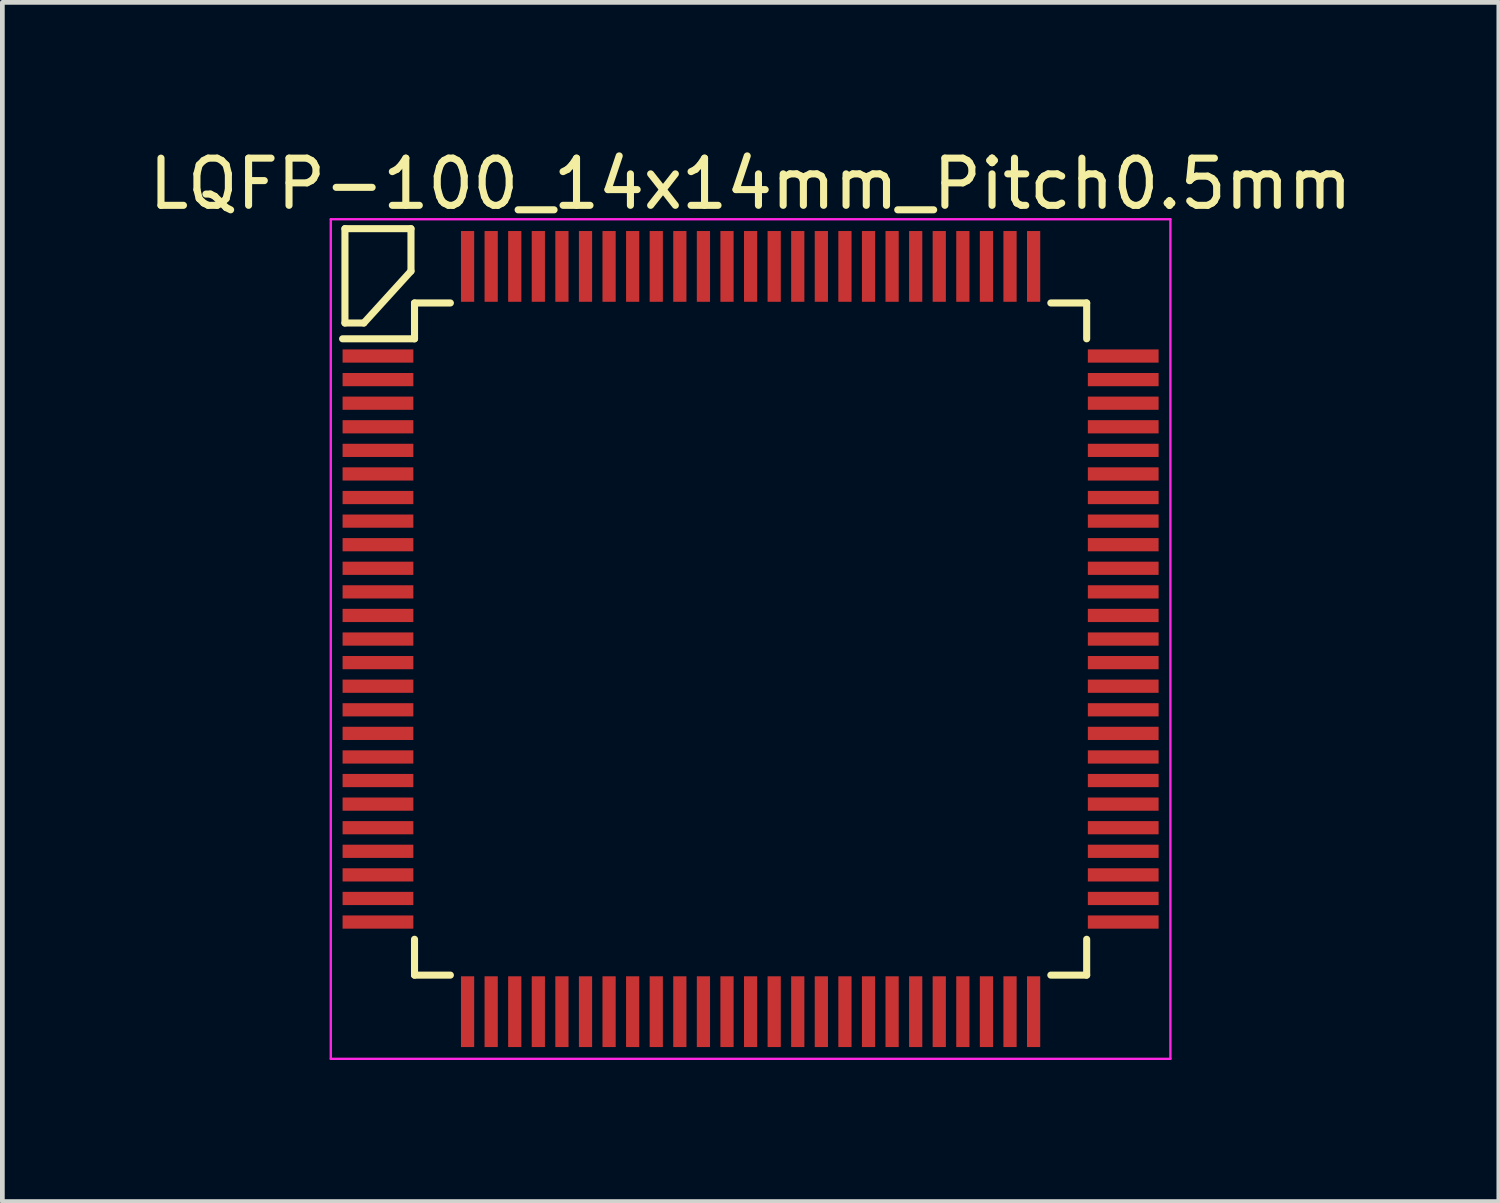
<source format=kicad_pcb>
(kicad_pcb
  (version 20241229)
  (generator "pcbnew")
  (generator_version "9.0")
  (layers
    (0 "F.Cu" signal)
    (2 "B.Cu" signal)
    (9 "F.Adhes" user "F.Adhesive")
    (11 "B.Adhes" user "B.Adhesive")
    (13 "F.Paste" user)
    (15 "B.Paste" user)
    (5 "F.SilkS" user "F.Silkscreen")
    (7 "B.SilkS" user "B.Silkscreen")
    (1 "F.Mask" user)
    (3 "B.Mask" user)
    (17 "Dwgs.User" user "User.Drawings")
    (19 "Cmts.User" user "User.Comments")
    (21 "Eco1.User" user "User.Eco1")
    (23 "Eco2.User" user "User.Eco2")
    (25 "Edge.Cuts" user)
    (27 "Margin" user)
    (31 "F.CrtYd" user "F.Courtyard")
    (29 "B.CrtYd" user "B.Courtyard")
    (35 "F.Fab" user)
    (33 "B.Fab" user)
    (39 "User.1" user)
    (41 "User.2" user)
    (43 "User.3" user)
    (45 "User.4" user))
  (footprint "LQFP-100_14x14mm_Pitch0.5mm"
    (layer "F.Cu")
    (at 12.863 10.498)
    (property "Reference" "LQFP-100_14x14mm_Pitch0.5mm" (at 0 -9.65 0) (layer "F.SilkS") (effects (font (size 1 1) (thickness 0.15))))
    (attr smd)
    (fp_line (start -8.6 -6.7) (end -8.6 -8.7) (stroke (width 0.15) (type solid)) (layer "F.SilkS"))
    (fp_line (start -8.2 -6.7) (end -8.6 -6.7) (stroke (width 0.15) (type solid)) (layer "F.SilkS"))
    (fp_line (start -7.2 -8.7) (end -8.6 -8.7) (stroke (width 0.15) (type solid)) (layer "F.SilkS"))
    (fp_line (start -7.2 -7.8) (end -8.2 -6.7) (stroke (width 0.15) (type solid)) (layer "F.SilkS"))
    (fp_line (start -7.2 -7.8) (end -7.2 -8.7) (stroke (width 0.15) (type solid)) (layer "F.SilkS"))
    (fp_line (start -7.125 -7.125) (end -7.125 -6.365) (stroke (width 0.15) (type solid)) (layer "F.SilkS"))
    (fp_line (start -7.125 -7.125) (end -6.365 -7.125) (stroke (width 0.15) (type solid)) (layer "F.SilkS"))
    (fp_line (start -7.125 -6.365) (end -8.65 -6.365) (stroke (width 0.15) (type solid)) (layer "F.SilkS"))
    (fp_line (start -7.125 7.125) (end -7.125 6.365) (stroke (width 0.15) (type solid)) (layer "F.SilkS"))
    (fp_line (start -7.125 7.125) (end -6.365 7.125) (stroke (width 0.15) (type solid)) (layer "F.SilkS"))
    (fp_line (start 7.125 -7.125) (end 6.365 -7.125) (stroke (width 0.15) (type solid)) (layer "F.SilkS"))
    (fp_line (start 7.125 -7.125) (end 7.125 -6.365) (stroke (width 0.15) (type solid)) (layer "F.SilkS"))
    (fp_line (start 7.125 7.125) (end 6.365 7.125) (stroke (width 0.15) (type solid)) (layer "F.SilkS"))
    (fp_line (start 7.125 7.125) (end 7.125 6.365) (stroke (width 0.15) (type solid)) (layer "F.SilkS"))
    (fp_line (start -8.9 -8.9) (end -8.9 8.9) (stroke (width 0.05) (type solid)) (layer "F.CrtYd"))
    (fp_line (start -8.9 -8.9) (end 8.9 -8.9) (stroke (width 0.05) (type solid)) (layer "F.CrtYd"))
    (fp_line (start -8.9 8.9) (end 8.9 8.9) (stroke (width 0.05) (type solid)) (layer "F.CrtYd"))
    (fp_line (start 8.9 -8.9) (end 8.9 8.9) (stroke (width 0.05) (type solid)) (layer "F.CrtYd"))
    (pad "1" smd rect (at -7.9 -6) (size 1.5 0.28) (layers "F.Cu" "F.Mask" "F.Paste"))
    (pad "2" smd rect (at -7.9 -5.5) (size 1.5 0.28) (layers "F.Cu" "F.Mask" "F.Paste"))
    (pad "3" smd rect (at -7.9 -5) (size 1.5 0.28) (layers "F.Cu" "F.Mask" "F.Paste"))
    (pad "4" smd rect (at -7.9 -4.5) (size 1.5 0.28) (layers "F.Cu" "F.Mask" "F.Paste"))
    (pad "5" smd rect (at -7.9 -4) (size 1.5 0.28) (layers "F.Cu" "F.Mask" "F.Paste"))
    (pad "6" smd rect (at -7.9 -3.5) (size 1.5 0.28) (layers "F.Cu" "F.Mask" "F.Paste"))
    (pad "7" smd rect (at -7.9 -3) (size 1.5 0.28) (layers "F.Cu" "F.Mask" "F.Paste"))
    (pad "8" smd rect (at -7.9 -2.5) (size 1.5 0.28) (layers "F.Cu" "F.Mask" "F.Paste"))
    (pad "9" smd rect (at -7.9 -2) (size 1.5 0.28) (layers "F.Cu" "F.Mask" "F.Paste"))
    (pad "10" smd rect (at -7.9 -1.5) (size 1.5 0.28) (layers "F.Cu" "F.Mask" "F.Paste"))
    (pad "11" smd rect (at -7.9 -1) (size 1.5 0.28) (layers "F.Cu" "F.Mask" "F.Paste"))
    (pad "12" smd rect (at -7.9 -0.5) (size 1.5 0.28) (layers "F.Cu" "F.Mask" "F.Paste"))
    (pad "13" smd rect (at -7.9 0) (size 1.5 0.28) (layers "F.Cu" "F.Mask" "F.Paste"))
    (pad "14" smd rect (at -7.9 0.5) (size 1.5 0.28) (layers "F.Cu" "F.Mask" "F.Paste"))
    (pad "15" smd rect (at -7.9 1) (size 1.5 0.28) (layers "F.Cu" "F.Mask" "F.Paste"))
    (pad "16" smd rect (at -7.9 1.5) (size 1.5 0.28) (layers "F.Cu" "F.Mask" "F.Paste"))
    (pad "17" smd rect (at -7.9 2) (size 1.5 0.28) (layers "F.Cu" "F.Mask" "F.Paste"))
    (pad "18" smd rect (at -7.9 2.5) (size 1.5 0.28) (layers "F.Cu" "F.Mask" "F.Paste"))
    (pad "19" smd rect (at -7.9 3) (size 1.5 0.28) (layers "F.Cu" "F.Mask" "F.Paste"))
    (pad "20" smd rect (at -7.9 3.5) (size 1.5 0.28) (layers "F.Cu" "F.Mask" "F.Paste"))
    (pad "21" smd rect (at -7.9 4) (size 1.5 0.28) (layers "F.Cu" "F.Mask" "F.Paste"))
    (pad "22" smd rect (at -7.9 4.5) (size 1.5 0.28) (layers "F.Cu" "F.Mask" "F.Paste"))
    (pad "23" smd rect (at -7.9 5) (size 1.5 0.28) (layers "F.Cu" "F.Mask" "F.Paste"))
    (pad "24" smd rect (at -7.9 5.5) (size 1.5 0.28) (layers "F.Cu" "F.Mask" "F.Paste"))
    (pad "25" smd rect (at -7.9 6) (size 1.5 0.28) (layers "F.Cu" "F.Mask" "F.Paste"))
    (pad "26" smd rect (at -6 7.9 90) (size 1.5 0.28) (layers "F.Cu" "F.Mask" "F.Paste"))
    (pad "27" smd rect (at -5.5 7.9 90) (size 1.5 0.28) (layers "F.Cu" "F.Mask" "F.Paste"))
    (pad "28" smd rect (at -5 7.9 90) (size 1.5 0.28) (layers "F.Cu" "F.Mask" "F.Paste"))
    (pad "29" smd rect (at -4.5 7.9 90) (size 1.5 0.28) (layers "F.Cu" "F.Mask" "F.Paste"))
    (pad "30" smd rect (at -4 7.9 90) (size 1.5 0.28) (layers "F.Cu" "F.Mask" "F.Paste"))
    (pad "31" smd rect (at -3.5 7.9 90) (size 1.5 0.28) (layers "F.Cu" "F.Mask" "F.Paste"))
    (pad "32" smd rect (at -3 7.9 90) (size 1.5 0.28) (layers "F.Cu" "F.Mask" "F.Paste"))
    (pad "33" smd rect (at -2.5 7.9 90) (size 1.5 0.28) (layers "F.Cu" "F.Mask" "F.Paste"))
    (pad "34" smd rect (at -2 7.9 90) (size 1.5 0.28) (layers "F.Cu" "F.Mask" "F.Paste"))
    (pad "35" smd rect (at -1.5 7.9 90) (size 1.5 0.28) (layers "F.Cu" "F.Mask" "F.Paste"))
    (pad "36" smd rect (at -1 7.9 90) (size 1.5 0.28) (layers "F.Cu" "F.Mask" "F.Paste"))
    (pad "37" smd rect (at -0.5 7.9 90) (size 1.5 0.28) (layers "F.Cu" "F.Mask" "F.Paste"))
    (pad "38" smd rect (at 0 7.9 90) (size 1.5 0.28) (layers "F.Cu" "F.Mask" "F.Paste"))
    (pad "39" smd rect (at 0.5 7.9 90) (size 1.5 0.28) (layers "F.Cu" "F.Mask" "F.Paste"))
    (pad "40" smd rect (at 1 7.9 90) (size 1.5 0.28) (layers "F.Cu" "F.Mask" "F.Paste"))
    (pad "41" smd rect (at 1.5 7.9 90) (size 1.5 0.28) (layers "F.Cu" "F.Mask" "F.Paste"))
    (pad "42" smd rect (at 2 7.9 90) (size 1.5 0.28) (layers "F.Cu" "F.Mask" "F.Paste"))
    (pad "43" smd rect (at 2.5 7.9 90) (size 1.5 0.28) (layers "F.Cu" "F.Mask" "F.Paste"))
    (pad "44" smd rect (at 3 7.9 90) (size 1.5 0.28) (layers "F.Cu" "F.Mask" "F.Paste"))
    (pad "45" smd rect (at 3.5 7.9 90) (size 1.5 0.28) (layers "F.Cu" "F.Mask" "F.Paste"))
    (pad "46" smd rect (at 4 7.9 90) (size 1.5 0.28) (layers "F.Cu" "F.Mask" "F.Paste"))
    (pad "47" smd rect (at 4.5 7.9 90) (size 1.5 0.28) (layers "F.Cu" "F.Mask" "F.Paste"))
    (pad "48" smd rect (at 5 7.9 90) (size 1.5 0.28) (layers "F.Cu" "F.Mask" "F.Paste"))
    (pad "49" smd rect (at 5.5 7.9 90) (size 1.5 0.28) (layers "F.Cu" "F.Mask" "F.Paste"))
    (pad "50" smd rect (at 6 7.9 90) (size 1.5 0.28) (layers "F.Cu" "F.Mask" "F.Paste"))
    (pad "51" smd rect (at 7.9 6) (size 1.5 0.28) (layers "F.Cu" "F.Mask" "F.Paste"))
    (pad "52" smd rect (at 7.9 5.5) (size 1.5 0.28) (layers "F.Cu" "F.Mask" "F.Paste"))
    (pad "53" smd rect (at 7.9 5) (size 1.5 0.28) (layers "F.Cu" "F.Mask" "F.Paste"))
    (pad "54" smd rect (at 7.9 4.5) (size 1.5 0.28) (layers "F.Cu" "F.Mask" "F.Paste"))
    (pad "55" smd rect (at 7.9 4) (size 1.5 0.28) (layers "F.Cu" "F.Mask" "F.Paste"))
    (pad "56" smd rect (at 7.9 3.5) (size 1.5 0.28) (layers "F.Cu" "F.Mask" "F.Paste"))
    (pad "57" smd rect (at 7.9 3) (size 1.5 0.28) (layers "F.Cu" "F.Mask" "F.Paste"))
    (pad "58" smd rect (at 7.9 2.5) (size 1.5 0.28) (layers "F.Cu" "F.Mask" "F.Paste"))
    (pad "59" smd rect (at 7.9 2) (size 1.5 0.28) (layers "F.Cu" "F.Mask" "F.Paste"))
    (pad "60" smd rect (at 7.9 1.5) (size 1.5 0.28) (layers "F.Cu" "F.Mask" "F.Paste"))
    (pad "61" smd rect (at 7.9 1) (size 1.5 0.28) (layers "F.Cu" "F.Mask" "F.Paste"))
    (pad "62" smd rect (at 7.9 0.5) (size 1.5 0.28) (layers "F.Cu" "F.Mask" "F.Paste"))
    (pad "63" smd rect (at 7.9 0) (size 1.5 0.28) (layers "F.Cu" "F.Mask" "F.Paste"))
    (pad "64" smd rect (at 7.9 -0.5) (size 1.5 0.28) (layers "F.Cu" "F.Mask" "F.Paste"))
    (pad "65" smd rect (at 7.9 -1) (size 1.5 0.28) (layers "F.Cu" "F.Mask" "F.Paste"))
    (pad "66" smd rect (at 7.9 -1.5) (size 1.5 0.28) (layers "F.Cu" "F.Mask" "F.Paste"))
    (pad "67" smd rect (at 7.9 -2) (size 1.5 0.28) (layers "F.Cu" "F.Mask" "F.Paste"))
    (pad "68" smd rect (at 7.9 -2.5) (size 1.5 0.28) (layers "F.Cu" "F.Mask" "F.Paste"))
    (pad "69" smd rect (at 7.9 -3) (size 1.5 0.28) (layers "F.Cu" "F.Mask" "F.Paste"))
    (pad "70" smd rect (at 7.9 -3.5) (size 1.5 0.28) (layers "F.Cu" "F.Mask" "F.Paste"))
    (pad "71" smd rect (at 7.9 -4) (size 1.5 0.28) (layers "F.Cu" "F.Mask" "F.Paste"))
    (pad "72" smd rect (at 7.9 -4.5) (size 1.5 0.28) (layers "F.Cu" "F.Mask" "F.Paste"))
    (pad "73" smd rect (at 7.9 -5) (size 1.5 0.28) (layers "F.Cu" "F.Mask" "F.Paste"))
    (pad "74" smd rect (at 7.9 -5.5) (size 1.5 0.28) (layers "F.Cu" "F.Mask" "F.Paste"))
    (pad "75" smd rect (at 7.9 -6) (size 1.5 0.28) (layers "F.Cu" "F.Mask" "F.Paste"))
    (pad "76" smd rect (at 6 -7.9 90) (size 1.5 0.28) (layers "F.Cu" "F.Mask" "F.Paste"))
    (pad "77" smd rect (at 5.5 -7.9 90) (size 1.5 0.28) (layers "F.Cu" "F.Mask" "F.Paste"))
    (pad "78" smd rect (at 5 -7.9 90) (size 1.5 0.28) (layers "F.Cu" "F.Mask" "F.Paste"))
    (pad "79" smd rect (at 4.5 -7.9 90) (size 1.5 0.28) (layers "F.Cu" "F.Mask" "F.Paste"))
    (pad "80" smd rect (at 4 -7.9 90) (size 1.5 0.28) (layers "F.Cu" "F.Mask" "F.Paste"))
    (pad "81" smd rect (at 3.5 -7.9 90) (size 1.5 0.28) (layers "F.Cu" "F.Mask" "F.Paste"))
    (pad "82" smd rect (at 3 -7.9 90) (size 1.5 0.28) (layers "F.Cu" "F.Mask" "F.Paste"))
    (pad "83" smd rect (at 2.5 -7.9 90) (size 1.5 0.28) (layers "F.Cu" "F.Mask" "F.Paste"))
    (pad "84" smd rect (at 2 -7.9 90) (size 1.5 0.28) (layers "F.Cu" "F.Mask" "F.Paste"))
    (pad "85" smd rect (at 1.5 -7.9 90) (size 1.5 0.28) (layers "F.Cu" "F.Mask" "F.Paste"))
    (pad "86" smd rect (at 1 -7.9 90) (size 1.5 0.28) (layers "F.Cu" "F.Mask" "F.Paste"))
    (pad "87" smd rect (at 0.5 -7.9 90) (size 1.5 0.28) (layers "F.Cu" "F.Mask" "F.Paste"))
    (pad "88" smd rect (at 0 -7.9 90) (size 1.5 0.28) (layers "F.Cu" "F.Mask" "F.Paste"))
    (pad "89" smd rect (at -0.5 -7.9 90) (size 1.5 0.28) (layers "F.Cu" "F.Mask" "F.Paste"))
    (pad "90" smd rect (at -1 -7.9 90) (size 1.5 0.28) (layers "F.Cu" "F.Mask" "F.Paste"))
    (pad "91" smd rect (at -1.5 -7.9 90) (size 1.5 0.28) (layers "F.Cu" "F.Mask" "F.Paste"))
    (pad "92" smd rect (at -2 -7.9 90) (size 1.5 0.28) (layers "F.Cu" "F.Mask" "F.Paste"))
    (pad "93" smd rect (at -2.5 -7.9 90) (size 1.5 0.28) (layers "F.Cu" "F.Mask" "F.Paste"))
    (pad "94" smd rect (at -3 -7.9 90) (size 1.5 0.28) (layers "F.Cu" "F.Mask" "F.Paste"))
    (pad "95" smd rect (at -3.5 -7.9 90) (size 1.5 0.28) (layers "F.Cu" "F.Mask" "F.Paste"))
    (pad "96" smd rect (at -4 -7.9 90) (size 1.5 0.28) (layers "F.Cu" "F.Mask" "F.Paste"))
    (pad "97" smd rect (at -4.5 -7.9 90) (size 1.5 0.28) (layers "F.Cu" "F.Mask" "F.Paste"))
    (pad "98" smd rect (at -5 -7.9 90) (size 1.5 0.28) (layers "F.Cu" "F.Mask" "F.Paste"))
    (pad "99" smd rect (at -5.5 -7.9 90) (size 1.5 0.28) (layers "F.Cu" "F.Mask" "F.Paste"))
    (pad "100" smd rect (at -6 -7.9 90) (size 1.5 0.28) (layers "F.Cu" "F.Mask" "F.Paste")))
  (gr_rect
    (start -3 -3)
    (end 28.726 22.423)
    (stroke (width 0.1) (type default))
    (fill no)
    (layer "Edge.Cuts")))
</source>
